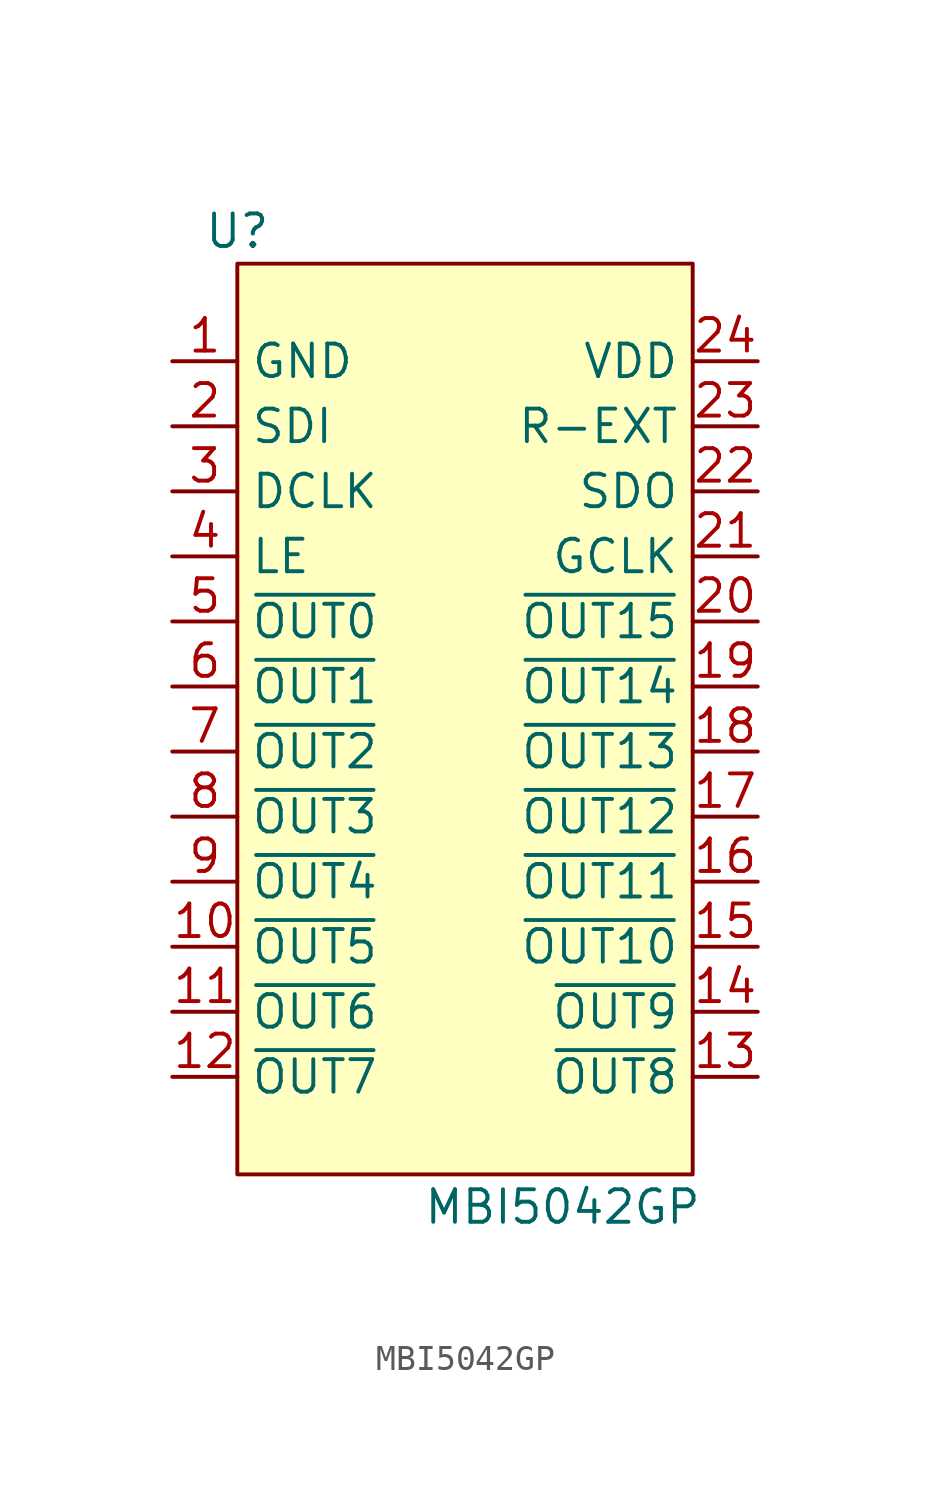
<source format=kicad_sym>
(kicad_symbol_lib
  (version 20211014)
  (generator kicad_symbol_editor)
  (symbol "MBI5042GP"
    (property "Reference" "U"
      (at -8.89 19.05 0)
      (effects (font (size 1.27 1.27))))
    (property "Value" "MBI5042GP"
      (at 3.81 -19.05 0)
      (effects (font (size 1.27 1.27))))
    (symbol "MBI5042GP_0_0"
      (pin power_in line (at -11.43 13.97 0) (length 2.54) (name "GND" (effects (font (size 1.27 1.27)))) (number "1" (effects (font (size 1.27 1.27)))))
      (pin output line (at -11.43 -8.89 0) (length 2.54) (name "~{OUT5}" (effects (font (size 1.27 1.27)))) (number "10" (effects (font (size 1.27 1.27)))))
      (pin output line (at -11.43 -11.43 0) (length 2.54) (name "~{OUT6}" (effects (font (size 1.27 1.27)))) (number "11" (effects (font (size 1.27 1.27)))))
      (pin output line (at -11.43 -13.97 0) (length 2.54) (name "~{OUT7}" (effects (font (size 1.27 1.27)))) (number "12" (effects (font (size 1.27 1.27)))))
      (pin input line (at 11.43 -13.97 180) (length 2.54) (name "~{OUT8}" (effects (font (size 1.27 1.27)))) (number "13" (effects (font (size 1.27 1.27)))))
      (pin input line (at 11.43 -11.43 180) (length 2.54) (name "~{OUT9}" (effects (font (size 1.27 1.27)))) (number "14" (effects (font (size 1.27 1.27)))))
      (pin input line (at 11.43 -8.89 180) (length 2.54) (name "~{OUT10}" (effects (font (size 1.27 1.27)))) (number "15" (effects (font (size 1.27 1.27)))))
      (pin input line (at 11.43 -6.35 180) (length 2.54) (name "~{OUT11}" (effects (font (size 1.27 1.27)))) (number "16" (effects (font (size 1.27 1.27)))))
      (pin input line (at 11.43 -3.81 180) (length 2.54) (name "~{OUT12}" (effects (font (size 1.27 1.27)))) (number "17" (effects (font (size 1.27 1.27)))))
      (pin input line (at 11.43 -1.27 180) (length 2.54) (name "~{OUT13}" (effects (font (size 1.27 1.27)))) (number "18" (effects (font (size 1.27 1.27)))))
      (pin input line (at 11.43 1.27 180) (length 2.54) (name "~{OUT14}" (effects (font (size 1.27 1.27)))) (number "19" (effects (font (size 1.27 1.27)))))
      (pin input line (at -11.43 11.43 0) (length 2.54) (name "SDI" (effects (font (size 1.27 1.27)))) (number "2" (effects (font (size 1.27 1.27)))))
      (pin input line (at 11.43 3.81 180) (length 2.54) (name "~{OUT15}" (effects (font (size 1.27 1.27)))) (number "20" (effects (font (size 1.27 1.27)))))
      (pin input line (at 11.43 6.35 180) (length 2.54) (name "GCLK" (effects (font (size 1.27 1.27)))) (number "21" (effects (font (size 1.27 1.27)))))
      (pin output line (at 11.43 8.89 180) (length 2.54) (name "SDO" (effects (font (size 1.27 1.27)))) (number "22" (effects (font (size 1.27 1.27)))))
      (pin unspecified line (at 11.43 11.43 180) (length 2.54) (name "R-EXT" (effects (font (size 1.27 1.27)))) (number "23" (effects (font (size 1.27 1.27)))))
      (pin power_in line (at 11.43 13.97 180) (length 2.54) (name "VDD" (effects (font (size 1.27 1.27)))) (number "24" (effects (font (size 1.27 1.27)))))
      (pin input line (at -11.43 8.89 0) (length 2.54) (name "DCLK" (effects (font (size 1.27 1.27)))) (number "3" (effects (font (size 1.27 1.27)))))
      (pin input line (at -11.43 6.35 0) (length 2.54) (name "LE" (effects (font (size 1.27 1.27)))) (number "4" (effects (font (size 1.27 1.27)))))
      (pin output line (at -11.43 3.81 0) (length 2.54) (name "~{OUT0}" (effects (font (size 1.27 1.27)))) (number "5" (effects (font (size 1.27 1.27)))))
      (pin output line (at -11.43 1.27 0) (length 2.54) (name "~{OUT1}" (effects (font (size 1.27 1.27)))) (number "6" (effects (font (size 1.27 1.27)))))
      (pin output line (at -11.43 -1.27 0) (length 2.54) (name "~{OUT2}" (effects (font (size 1.27 1.27)))) (number "7" (effects (font (size 1.27 1.27)))))
      (pin output line (at -11.43 -3.81 0) (length 2.54) (name "~{OUT3}" (effects (font (size 1.27 1.27)))) (number "8" (effects (font (size 1.27 1.27)))))
      (pin output line (at -11.43 -6.35 0) (length 2.54) (name "~{OUT4}" (effects (font (size 1.27 1.27)))) (number "9" (effects (font (size 1.27 1.27))))))
    (symbol "MBI5042GP_0_1"
      (rectangle (start -8.89 17.78) (end 8.89 -17.78) (stroke (width 0) (type default) (color 0 0 0 0)) (fill (type background))))))
</source>
